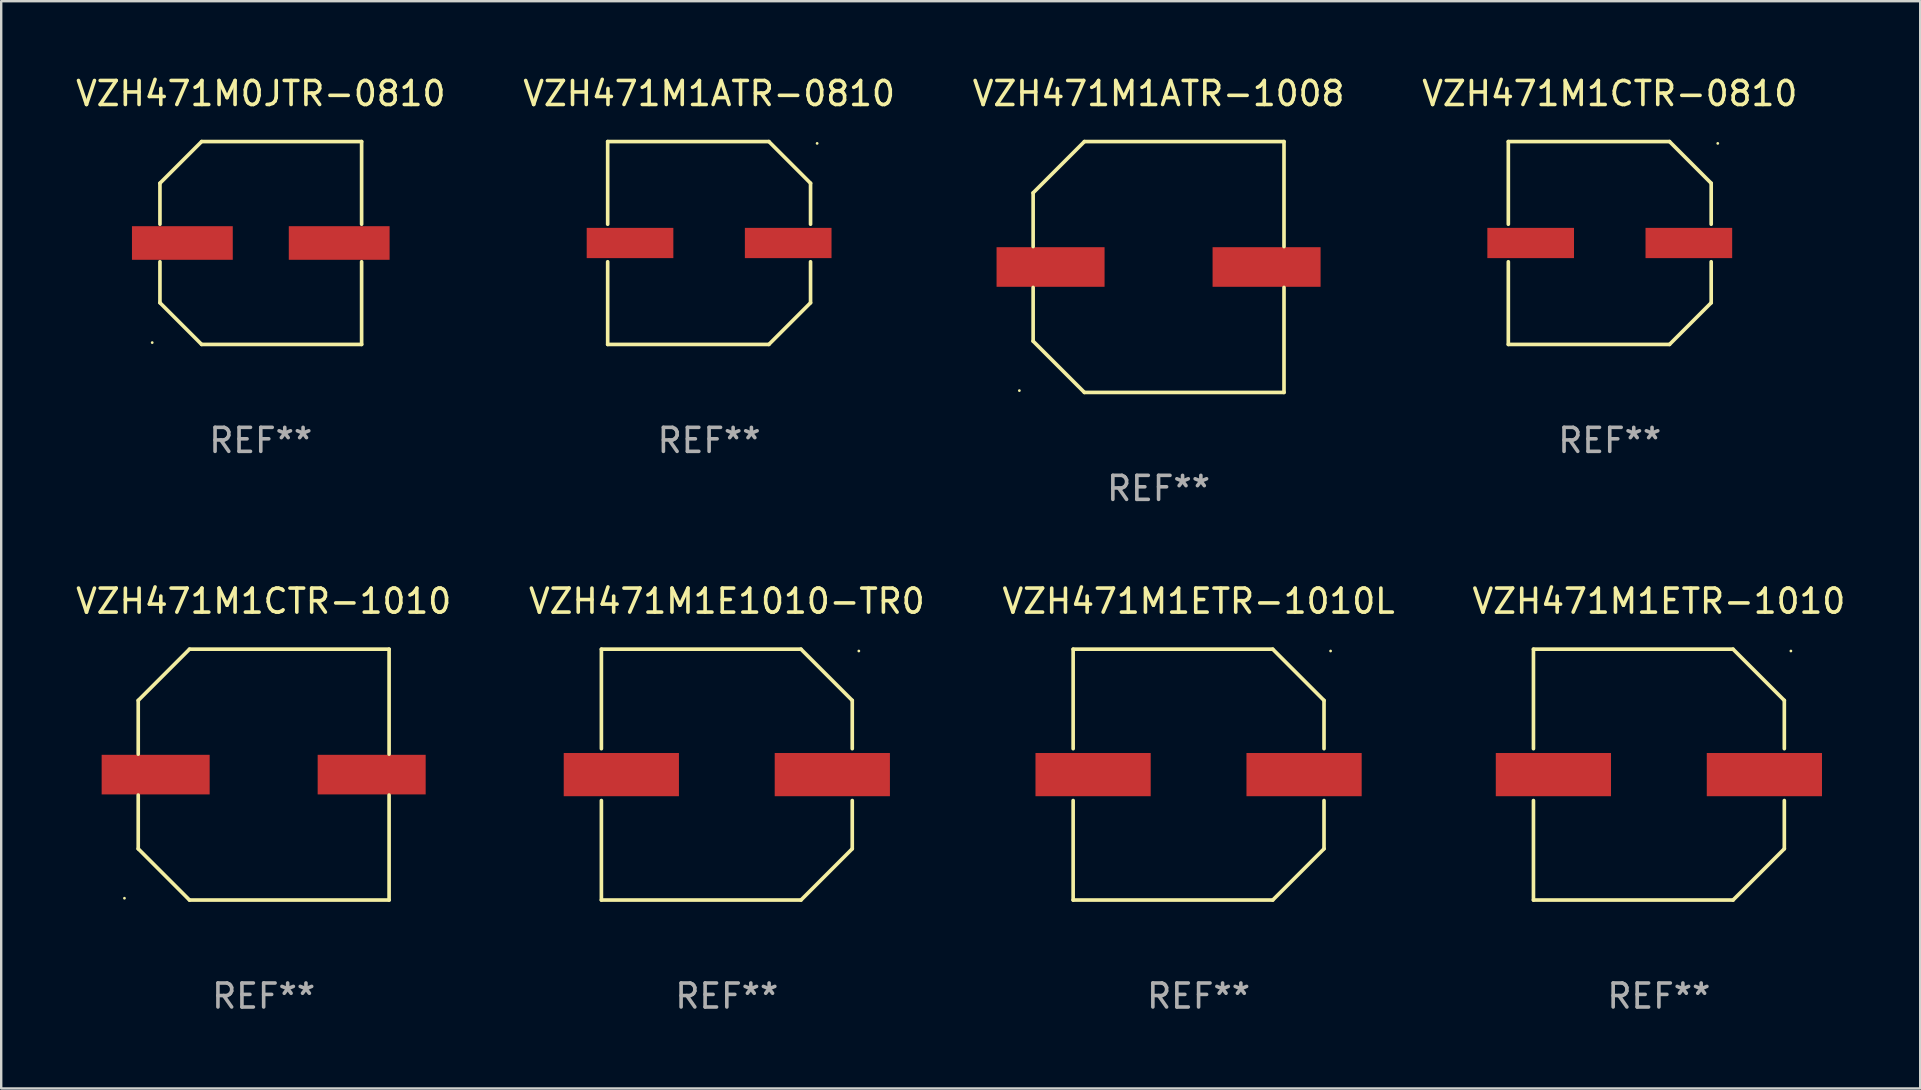
<source format=kicad_pcb>
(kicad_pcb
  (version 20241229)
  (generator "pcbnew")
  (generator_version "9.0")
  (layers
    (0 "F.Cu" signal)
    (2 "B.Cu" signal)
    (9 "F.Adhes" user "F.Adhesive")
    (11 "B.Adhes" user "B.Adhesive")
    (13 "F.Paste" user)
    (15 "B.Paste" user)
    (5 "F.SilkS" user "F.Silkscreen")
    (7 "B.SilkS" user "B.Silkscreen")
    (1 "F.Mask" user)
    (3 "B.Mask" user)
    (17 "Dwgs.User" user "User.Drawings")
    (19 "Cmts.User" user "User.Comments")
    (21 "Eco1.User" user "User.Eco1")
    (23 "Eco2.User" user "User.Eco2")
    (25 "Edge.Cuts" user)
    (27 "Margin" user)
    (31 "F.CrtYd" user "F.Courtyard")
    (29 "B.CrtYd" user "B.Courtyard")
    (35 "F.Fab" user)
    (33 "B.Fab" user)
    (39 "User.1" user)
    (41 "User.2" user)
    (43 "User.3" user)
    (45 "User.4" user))
  (footprint "VZH471M1ETR-1010"
    (layer "F.Cu")
    (at 66.065 29.223)
    (property "Reference" "VZH471M1ETR-1010" (at 0 -7.226 0) (layer "F.SilkS") (effects (font (size 1 1) (thickness 0.15))))
    (attr through_hole)
    (fp_line (start -5.226 -5.226) (end -5.226 -1.08) (stroke (width 0.152) (type solid)) (layer "F.SilkS"))
    (fp_line (start -5.226 -5.226) (end 3.09 -5.226) (stroke (width 0.152) (type solid)) (layer "F.SilkS"))
    (fp_line (start -5.226 1.08) (end -5.226 5.226) (stroke (width 0.152) (type solid)) (layer "F.SilkS"))
    (fp_line (start -5.226 5.226) (end 3.09 5.226) (stroke (width 0.152) (type solid)) (layer "F.SilkS"))
    (fp_line (start 3.09 -5.226) (end 5.226 -3.09) (stroke (width 0.152) (type solid)) (layer "F.SilkS"))
    (fp_line (start 3.09 5.226) (end 5.226 3.09) (stroke (width 0.152) (type solid)) (layer "F.SilkS"))
    (fp_line (start 5.226 -1.08) (end 5.226 -3.09) (stroke (width 0.152) (type solid)) (layer "F.SilkS"))
    (fp_line (start 5.226 3.09) (end 5.226 1.08) (stroke (width 0.152) (type solid)) (layer "F.SilkS"))
    (fp_circle (center 5.5 -5.15) (end 5.53 -5.15) (stroke (width 0.06) (type solid)) (fill no) (layer "F.SilkS"))
    (fp_text user "REF**" (at 0 9.226 0) (layer "F.Fab") (effects (font (size 1 1) (thickness 0.15))))
    (pad "1" smd rect (at 4.395 0 180) (size 4.8 1.8) (layers "F.Cu" "F.Mask" "F.Paste"))
    (pad "2" smd rect (at -4.395 0 180) (size 4.8 1.8) (layers "F.Cu" "F.Mask" "F.Paste")))
  (footprint "VZH471M0JTR-0810"
    (layer "F.Cu")
    (at 7.815 7.074)
    (property "Reference" "VZH471M0JTR-0810" (at 0 -6.226 0) (layer "F.SilkS") (effects (font (size 1 1) (thickness 0.15))))
    (attr through_hole)
    (fp_line (start -4.201 -2.49) (end -4.201 -0.782) (stroke (width 0.152) (type solid)) (layer "F.SilkS"))
    (fp_line (start -4.201 2.49) (end -4.201 0.782) (stroke (width 0.152) (type solid)) (layer "F.SilkS"))
    (fp_line (start -2.465 -4.226) (end -4.201 -2.49) (stroke (width 0.152) (type solid)) (layer "F.SilkS"))
    (fp_line (start -2.465 4.226) (end -4.201 2.49) (stroke (width 0.152) (type solid)) (layer "F.SilkS"))
    (fp_line (start 4.201 -4.226) (end -2.465 -4.226) (stroke (width 0.152) (type solid)) (layer "F.SilkS"))
    (fp_line (start 4.201 -0.782) (end 4.201 -4.226) (stroke (width 0.152) (type solid)) (layer "F.SilkS"))
    (fp_line (start 4.201 0.782) (end 4.201 4.226) (stroke (width 0.152) (type solid)) (layer "F.SilkS"))
    (fp_line (start 4.201 4.226) (end -2.465 4.226) (stroke (width 0.152) (type solid)) (layer "F.SilkS"))
    (fp_circle (center -4.524 4.15) (end -4.494 4.15) (stroke (width 0.06) (type solid)) (fill no) (layer "F.SilkS"))
    (fp_text user "REF**" (at 0 8.226 0) (layer "F.Fab") (effects (font (size 1 1) (thickness 0.15))))
    (pad "1" smd rect (at -3.267 0) (size 4.2 1.4) (layers "F.Cu" "F.Mask" "F.Paste"))
    (pad "2" smd rect (at 3.267 0) (size 4.2 1.4) (layers "F.Cu" "F.Mask" "F.Paste")))
  (footprint "VZH471M1ATR-1008"
    (layer "F.Cu")
    (at 45.22 8.074)
    (property "Reference" "VZH471M1ATR-1008" (at 0 -7.226 0) (layer "F.SilkS") (effects (font (size 1 1) (thickness 0.15))))
    (attr through_hole)
    (fp_line (start -5.226 -3.09) (end -5.226 -0.852) (stroke (width 0.152) (type solid)) (layer "F.SilkS"))
    (fp_line (start -5.226 3.09) (end -5.226 0.852) (stroke (width 0.152) (type solid)) (layer "F.SilkS"))
    (fp_line (start -3.09 -5.226) (end -5.226 -3.09) (stroke (width 0.152) (type solid)) (layer "F.SilkS"))
    (fp_line (start -3.09 5.226) (end -5.226 3.09) (stroke (width 0.152) (type solid)) (layer "F.SilkS"))
    (fp_line (start 5.226 -5.226) (end -3.09 -5.226) (stroke (width 0.152) (type solid)) (layer "F.SilkS"))
    (fp_line (start 5.226 -0.852) (end 5.226 -5.226) (stroke (width 0.152) (type solid)) (layer "F.SilkS"))
    (fp_line (start 5.226 0.852) (end 5.226 5.226) (stroke (width 0.152) (type solid)) (layer "F.SilkS"))
    (fp_line (start 5.226 5.226) (end -3.09 5.226) (stroke (width 0.152) (type solid)) (layer "F.SilkS"))
    (fp_circle (center -5.8 5.15) (end -5.77 5.15) (stroke (width 0.06) (type solid)) (fill no) (layer "F.SilkS"))
    (fp_text user "REF**" (at 0 9.226 0) (layer "F.Fab") (effects (font (size 1 1) (thickness 0.15))))
    (pad "1" smd rect (at -4.5 0) (size 4.5 1.65) (layers "F.Cu" "F.Mask" "F.Paste"))
    (pad "2" smd rect (at 4.5 0) (size 4.5 1.65) (layers "F.Cu" "F.Mask" "F.Paste")))
  (footprint "VZH471M1CTR-0810"
    (layer "F.Cu")
    (at 64.018 7.074)
    (property "Reference" "VZH471M1CTR-0810" (at 0 -6.226 0) (layer "F.SilkS") (effects (font (size 1 1) (thickness 0.15))))
    (attr through_hole)
    (fp_line (start -4.226 -4.226) (end 2.49 -4.226) (stroke (width 0.152) (type solid)) (layer "F.SilkS"))
    (fp_line (start -4.226 -0.782) (end -4.226 -4.226) (stroke (width 0.152) (type solid)) (layer "F.SilkS"))
    (fp_line (start -4.226 0.782) (end -4.226 4.226) (stroke (width 0.152) (type solid)) (layer "F.SilkS"))
    (fp_line (start -4.226 4.226) (end 2.49 4.226) (stroke (width 0.152) (type solid)) (layer "F.SilkS"))
    (fp_line (start 2.49 -4.226) (end 4.226 -2.49) (stroke (width 0.152) (type solid)) (layer "F.SilkS"))
    (fp_line (start 2.49 4.226) (end 4.226 2.49) (stroke (width 0.152) (type solid)) (layer "F.SilkS"))
    (fp_line (start 4.226 -2.49) (end 4.226 -0.782) (stroke (width 0.152) (type solid)) (layer "F.SilkS"))
    (fp_line (start 4.226 2.49) (end 4.226 0.782) (stroke (width 0.152) (type solid)) (layer "F.SilkS"))
    (fp_circle (center 4.5 -4.15) (end 4.53 -4.15) (stroke (width 0.06) (type solid)) (fill no) (layer "F.SilkS"))
    (fp_text user "REF**" (at 0 8.226 0) (layer "F.Fab") (effects (font (size 1 1) (thickness 0.15))))
    (pad "1" smd rect (at 3.295 0 180) (size 3.61 1.26) (layers "F.Cu" "F.Mask" "F.Paste"))
    (pad "2" smd rect (at -3.295 0 180) (size 3.61 1.26) (layers "F.Cu" "F.Mask" "F.Paste")))
  (footprint "VZH471M1E1010-TR0"
    (layer "F.Cu")
    (at 27.232 29.223)
    (property "Reference" "VZH471M1E1010-TR0" (at 0 -7.226 0) (layer "F.SilkS") (effects (font (size 1 1) (thickness 0.15))))
    (attr through_hole)
    (fp_line (start -5.226 -5.226) (end -5.226 -1.08) (stroke (width 0.152) (type solid)) (layer "F.SilkS"))
    (fp_line (start -5.226 -5.226) (end 3.09 -5.226) (stroke (width 0.152) (type solid)) (layer "F.SilkS"))
    (fp_line (start -5.226 1.08) (end -5.226 5.226) (stroke (width 0.152) (type solid)) (layer "F.SilkS"))
    (fp_line (start -5.226 5.226) (end 3.09 5.226) (stroke (width 0.152) (type solid)) (layer "F.SilkS"))
    (fp_line (start 3.09 -5.226) (end 5.226 -3.09) (stroke (width 0.152) (type solid)) (layer "F.SilkS"))
    (fp_line (start 3.09 5.226) (end 5.226 3.09) (stroke (width 0.152) (type solid)) (layer "F.SilkS"))
    (fp_line (start 5.226 -1.08) (end 5.226 -3.09) (stroke (width 0.152) (type solid)) (layer "F.SilkS"))
    (fp_line (start 5.226 3.09) (end 5.226 1.08) (stroke (width 0.152) (type solid)) (layer "F.SilkS"))
    (fp_circle (center 5.5 -5.15) (end 5.53 -5.15) (stroke (width 0.06) (type solid)) (fill no) (layer "F.SilkS"))
    (fp_text user "REF**" (at 0 9.226 0) (layer "F.Fab") (effects (font (size 1 1) (thickness 0.15))))
    (pad "1" smd rect (at 4.395 0 180) (size 4.8 1.8) (layers "F.Cu" "F.Mask" "F.Paste"))
    (pad "2" smd rect (at -4.395 0 180) (size 4.8 1.8) (layers "F.Cu" "F.Mask" "F.Paste")))
  (footprint "VZH471M1ETR-1010L"
    (layer "F.Cu")
    (at 46.887 29.223)
    (property "Reference" "VZH471M1ETR-1010L" (at 0 -7.226 0) (layer "F.SilkS") (effects (font (size 1 1) (thickness 0.15))))
    (attr through_hole)
    (fp_line (start -5.226 -5.226) (end -5.226 -1.08) (stroke (width 0.152) (type solid)) (layer "F.SilkS"))
    (fp_line (start -5.226 -5.226) (end 3.09 -5.226) (stroke (width 0.152) (type solid)) (layer "F.SilkS"))
    (fp_line (start -5.226 1.08) (end -5.226 5.226) (stroke (width 0.152) (type solid)) (layer "F.SilkS"))
    (fp_line (start -5.226 5.226) (end 3.09 5.226) (stroke (width 0.152) (type solid)) (layer "F.SilkS"))
    (fp_line (start 3.09 -5.226) (end 5.226 -3.09) (stroke (width 0.152) (type solid)) (layer "F.SilkS"))
    (fp_line (start 3.09 5.226) (end 5.226 3.09) (stroke (width 0.152) (type solid)) (layer "F.SilkS"))
    (fp_line (start 5.226 -1.08) (end 5.226 -3.09) (stroke (width 0.152) (type solid)) (layer "F.SilkS"))
    (fp_line (start 5.226 3.09) (end 5.226 1.08) (stroke (width 0.152) (type solid)) (layer "F.SilkS"))
    (fp_circle (center 5.5 -5.15) (end 5.53 -5.15) (stroke (width 0.06) (type solid)) (fill no) (layer "F.SilkS"))
    (fp_text user "REF**" (at 0 9.226 0) (layer "F.Fab") (effects (font (size 1 1) (thickness 0.15))))
    (pad "1" smd rect (at 4.395 0 180) (size 4.8 1.8) (layers "F.Cu" "F.Mask" "F.Paste"))
    (pad "2" smd rect (at -4.395 0 180) (size 4.8 1.8) (layers "F.Cu" "F.Mask" "F.Paste")))
  (footprint "VZH471M1CTR-1010"
    (layer "F.Cu")
    (at 7.935 29.223)
    (property "Reference" "VZH471M1CTR-1010" (at 0 -7.226 0) (layer "F.SilkS") (effects (font (size 1 1) (thickness 0.15))))
    (attr through_hole)
    (fp_line (start -5.226 -3.09) (end -5.226 -0.852) (stroke (width 0.152) (type solid)) (layer "F.SilkS"))
    (fp_line (start -5.226 3.09) (end -5.226 0.852) (stroke (width 0.152) (type solid)) (layer "F.SilkS"))
    (fp_line (start -3.09 -5.226) (end -5.226 -3.09) (stroke (width 0.152) (type solid)) (layer "F.SilkS"))
    (fp_line (start -3.09 5.226) (end -5.226 3.09) (stroke (width 0.152) (type solid)) (layer "F.SilkS"))
    (fp_line (start 5.226 -5.226) (end -3.09 -5.226) (stroke (width 0.152) (type solid)) (layer "F.SilkS"))
    (fp_line (start 5.226 -0.852) (end 5.226 -5.226) (stroke (width 0.152) (type solid)) (layer "F.SilkS"))
    (fp_line (start 5.226 0.852) (end 5.226 5.226) (stroke (width 0.152) (type solid)) (layer "F.SilkS"))
    (fp_line (start 5.226 5.226) (end -3.09 5.226) (stroke (width 0.152) (type solid)) (layer "F.SilkS"))
    (fp_circle (center -5.8 5.15) (end -5.77 5.15) (stroke (width 0.06) (type solid)) (fill no) (layer "F.SilkS"))
    (fp_text user "REF**" (at 0 9.226 0) (layer "F.Fab") (effects (font (size 1 1) (thickness 0.15))))
    (pad "1" smd rect (at -4.5 0) (size 4.5 1.65) (layers "F.Cu" "F.Mask" "F.Paste"))
    (pad "2" smd rect (at 4.5 0) (size 4.5 1.65) (layers "F.Cu" "F.Mask" "F.Paste")))
  (footprint "VZH471M1ATR-0810"
    (layer "F.Cu")
    (at 26.494 7.074)
    (property "Reference" "VZH471M1ATR-0810" (at 0 -6.226 0) (layer "F.SilkS") (effects (font (size 1 1) (thickness 0.15))))
    (attr through_hole)
    (fp_line (start -4.226 -4.226) (end 2.49 -4.226) (stroke (width 0.152) (type solid)) (layer "F.SilkS"))
    (fp_line (start -4.226 -0.782) (end -4.226 -4.226) (stroke (width 0.152) (type solid)) (layer "F.SilkS"))
    (fp_line (start -4.226 0.782) (end -4.226 4.226) (stroke (width 0.152) (type solid)) (layer "F.SilkS"))
    (fp_line (start -4.226 4.226) (end 2.49 4.226) (stroke (width 0.152) (type solid)) (layer "F.SilkS"))
    (fp_line (start 2.49 -4.226) (end 4.226 -2.49) (stroke (width 0.152) (type solid)) (layer "F.SilkS"))
    (fp_line (start 2.49 4.226) (end 4.226 2.49) (stroke (width 0.152) (type solid)) (layer "F.SilkS"))
    (fp_line (start 4.226 -2.49) (end 4.226 -0.782) (stroke (width 0.152) (type solid)) (layer "F.SilkS"))
    (fp_line (start 4.226 2.49) (end 4.226 0.782) (stroke (width 0.152) (type solid)) (layer "F.SilkS"))
    (fp_circle (center 4.5 -4.15) (end 4.53 -4.15) (stroke (width 0.06) (type solid)) (fill no) (layer "F.SilkS"))
    (fp_text user "REF**" (at 0 8.226 0) (layer "F.Fab") (effects (font (size 1 1) (thickness 0.15))))
    (pad "1" smd rect (at 3.295 0 180) (size 3.61 1.26) (layers "F.Cu" "F.Mask" "F.Paste"))
    (pad "2" smd rect (at -3.295 0 180) (size 3.61 1.26) (layers "F.Cu" "F.Mask" "F.Paste")))
  (gr_rect
    (start -3 -3)
    (end 76.952 42.298)
    (stroke (width 0.1) (type default))
    (fill no)
    (layer "Edge.Cuts")))
</source>
